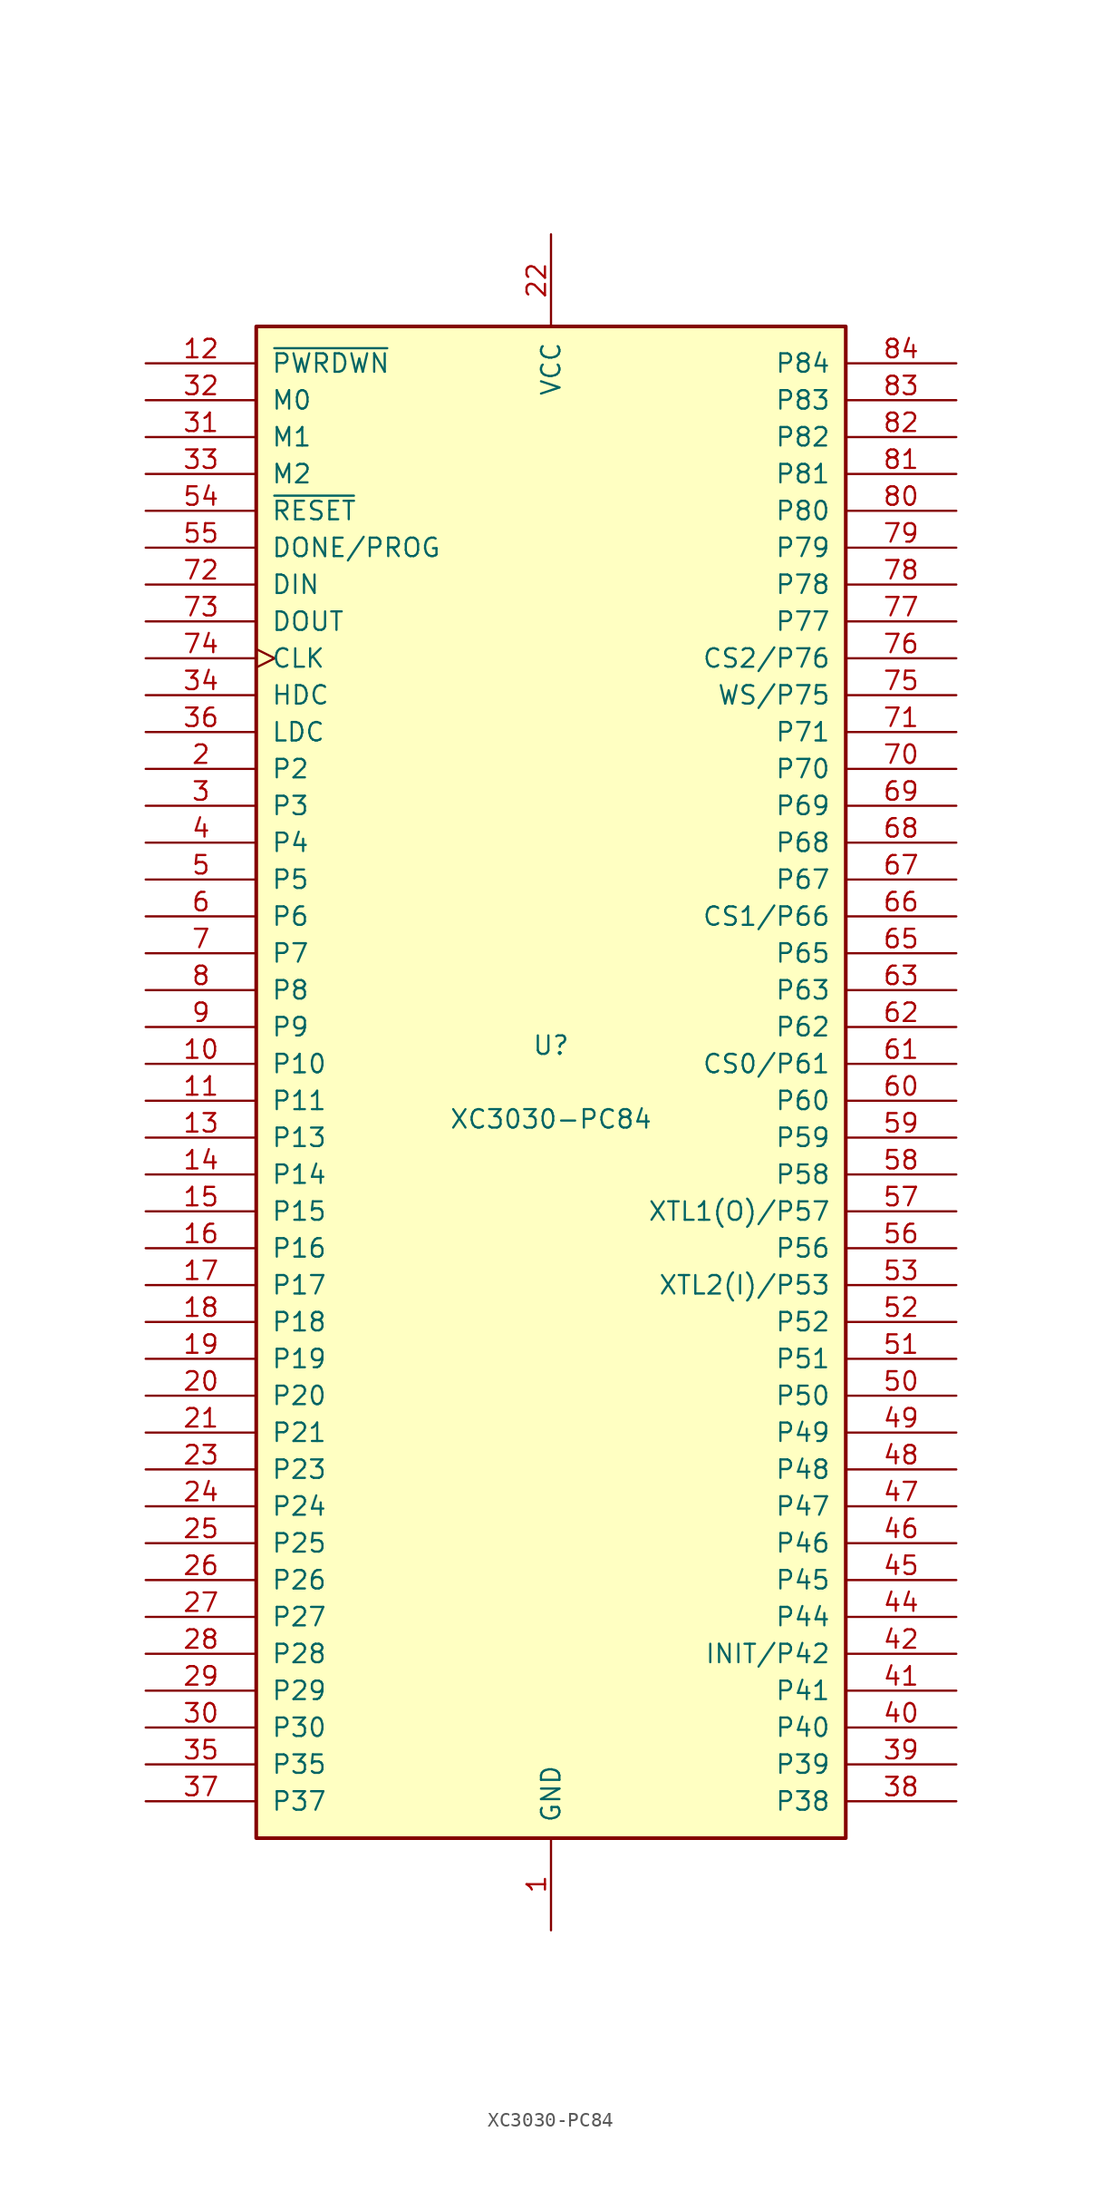
<source format=kicad_sym>
(kicad_symbol_lib
  (version 20220914)
  (generator kicad_symbol_editor)
  (symbol "XC3030-PC84"
    (pin_names
      (offset 1.016))
    (property "Reference" "U"
      (at 0 2.54 0)
      (effects (font (size 1.27 1.27))))
    (property "Value" "XC3030-PC84"
      (at 0 -2.54 0)
      (effects (font (size 1.27 1.27))))
    (symbol "XC3030-PC84_0_1"
      (rectangle (start -20.32 -52.07) (end 20.32 52.07) (stroke (width 0.254) (type default)) (fill (type background))))
    (symbol "XC3030-PC84_1_1"
      (pin power_in line (at 0 -58.42 90) (length 6.35) (name "GND" (effects (font (size 1.27 1.27)))) (number "1" (effects (font (size 1.27 1.27)))))
      (pin passive line (at -27.94 1.27 0) (length 7.62) (name "P10" (effects (font (size 1.27 1.27)))) (number "10" (effects (font (size 1.27 1.27)))))
      (pin passive line (at -27.94 -1.27 0) (length 7.62) (name "P11" (effects (font (size 1.27 1.27)))) (number "11" (effects (font (size 1.27 1.27)))))
      (pin input line (at -27.94 49.53 0) (length 7.62) (name "~{PWRDWN}" (effects (font (size 1.27 1.27)))) (number "12" (effects (font (size 1.27 1.27)))))
      (pin passive line (at -27.94 -3.81 0) (length 7.62) (name "P13" (effects (font (size 1.27 1.27)))) (number "13" (effects (font (size 1.27 1.27)))))
      (pin passive line (at -27.94 -6.35 0) (length 7.62) (name "P14" (effects (font (size 1.27 1.27)))) (number "14" (effects (font (size 1.27 1.27)))))
      (pin passive line (at -27.94 -8.89 0) (length 7.62) (name "P15" (effects (font (size 1.27 1.27)))) (number "15" (effects (font (size 1.27 1.27)))))
      (pin passive line (at -27.94 -11.43 0) (length 7.62) (name "P16" (effects (font (size 1.27 1.27)))) (number "16" (effects (font (size 1.27 1.27)))))
      (pin passive line (at -27.94 -13.97 0) (length 7.62) (name "P17" (effects (font (size 1.27 1.27)))) (number "17" (effects (font (size 1.27 1.27)))))
      (pin passive line (at -27.94 -16.51 0) (length 7.62) (name "P18" (effects (font (size 1.27 1.27)))) (number "18" (effects (font (size 1.27 1.27)))))
      (pin passive line (at -27.94 -19.05 0) (length 7.62) (name "P19" (effects (font (size 1.27 1.27)))) (number "19" (effects (font (size 1.27 1.27)))))
      (pin passive line (at -27.94 21.59 0) (length 7.62) (name "P2" (effects (font (size 1.27 1.27)))) (number "2" (effects (font (size 1.27 1.27)))))
      (pin passive line (at -27.94 -21.59 0) (length 7.62) (name "P20" (effects (font (size 1.27 1.27)))) (number "20" (effects (font (size 1.27 1.27)))))
      (pin passive line (at -27.94 -24.13 0) (length 7.62) (name "P21" (effects (font (size 1.27 1.27)))) (number "21" (effects (font (size 1.27 1.27)))))
      (pin power_in line (at 0 58.42 270) (length 6.35) (name "VCC" (effects (font (size 1.27 1.27)))) (number "22" (effects (font (size 1.27 1.27)))))
      (pin passive line (at -27.94 -26.67 0) (length 7.62) (name "P23" (effects (font (size 1.27 1.27)))) (number "23" (effects (font (size 1.27 1.27)))))
      (pin passive line (at -27.94 -29.21 0) (length 7.62) (name "P24" (effects (font (size 1.27 1.27)))) (number "24" (effects (font (size 1.27 1.27)))))
      (pin passive line (at -27.94 -31.75 0) (length 7.62) (name "P25" (effects (font (size 1.27 1.27)))) (number "25" (effects (font (size 1.27 1.27)))))
      (pin passive line (at -27.94 -34.29 0) (length 7.62) (name "P26" (effects (font (size 1.27 1.27)))) (number "26" (effects (font (size 1.27 1.27)))))
      (pin passive line (at -27.94 -36.83 0) (length 7.62) (name "P27" (effects (font (size 1.27 1.27)))) (number "27" (effects (font (size 1.27 1.27)))))
      (pin passive line (at -27.94 -39.37 0) (length 7.62) (name "P28" (effects (font (size 1.27 1.27)))) (number "28" (effects (font (size 1.27 1.27)))))
      (pin passive line (at -27.94 -41.91 0) (length 7.62) (name "P29" (effects (font (size 1.27 1.27)))) (number "29" (effects (font (size 1.27 1.27)))))
      (pin passive line (at -27.94 19.05 0) (length 7.62) (name "P3" (effects (font (size 1.27 1.27)))) (number "3" (effects (font (size 1.27 1.27)))))
      (pin passive line (at -27.94 -44.45 0) (length 7.62) (name "P30" (effects (font (size 1.27 1.27)))) (number "30" (effects (font (size 1.27 1.27)))))
      (pin input line (at -27.94 44.45 0) (length 7.62) (name "M1" (effects (font (size 1.27 1.27)))) (number "31" (effects (font (size 1.27 1.27)))))
      (pin input line (at -27.94 46.99 0) (length 7.62) (name "M0" (effects (font (size 1.27 1.27)))) (number "32" (effects (font (size 1.27 1.27)))))
      (pin bidirectional line (at -27.94 41.91 0) (length 7.62) (name "M2" (effects (font (size 1.27 1.27)))) (number "33" (effects (font (size 1.27 1.27)))))
      (pin passive line (at -27.94 26.67 0) (length 7.62) (name "HDC" (effects (font (size 1.27 1.27)))) (number "34" (effects (font (size 1.27 1.27)))))
      (pin passive line (at -27.94 -46.99 0) (length 7.62) (name "P35" (effects (font (size 1.27 1.27)))) (number "35" (effects (font (size 1.27 1.27)))))
      (pin passive line (at -27.94 24.13 0) (length 7.62) (name "LDC" (effects (font (size 1.27 1.27)))) (number "36" (effects (font (size 1.27 1.27)))))
      (pin passive line (at -27.94 -49.53 0) (length 7.62) (name "P37" (effects (font (size 1.27 1.27)))) (number "37" (effects (font (size 1.27 1.27)))))
      (pin passive line (at 27.94 -49.53 180) (length 7.62) (name "P38" (effects (font (size 1.27 1.27)))) (number "38" (effects (font (size 1.27 1.27)))))
      (pin passive line (at 27.94 -46.99 180) (length 7.62) (name "P39" (effects (font (size 1.27 1.27)))) (number "39" (effects (font (size 1.27 1.27)))))
      (pin passive line (at -27.94 16.51 0) (length 7.62) (name "P4" (effects (font (size 1.27 1.27)))) (number "4" (effects (font (size 1.27 1.27)))))
      (pin passive line (at 27.94 -44.45 180) (length 7.62) (name "P40" (effects (font (size 1.27 1.27)))) (number "40" (effects (font (size 1.27 1.27)))))
      (pin passive line (at 27.94 -41.91 180) (length 7.62) (name "P41" (effects (font (size 1.27 1.27)))) (number "41" (effects (font (size 1.27 1.27)))))
      (pin passive line (at 27.94 -39.37 180) (length 7.62) (name "INIT/P42" (effects (font (size 1.27 1.27)))) (number "42" (effects (font (size 1.27 1.27)))))
      (pin passive line (at 0 -58.42 90) (length 6.35) hide (name "GND" (effects (font (size 1.27 1.27)))) (number "43" (effects (font (size 1.27 1.27)))))
      (pin passive line (at 27.94 -36.83 180) (length 7.62) (name "P44" (effects (font (size 1.27 1.27)))) (number "44" (effects (font (size 1.27 1.27)))))
      (pin passive line (at 27.94 -34.29 180) (length 7.62) (name "P45" (effects (font (size 1.27 1.27)))) (number "45" (effects (font (size 1.27 1.27)))))
      (pin passive line (at 27.94 -31.75 180) (length 7.62) (name "P46" (effects (font (size 1.27 1.27)))) (number "46" (effects (font (size 1.27 1.27)))))
      (pin passive line (at 27.94 -29.21 180) (length 7.62) (name "P47" (effects (font (size 1.27 1.27)))) (number "47" (effects (font (size 1.27 1.27)))))
      (pin passive line (at 27.94 -26.67 180) (length 7.62) (name "P48" (effects (font (size 1.27 1.27)))) (number "48" (effects (font (size 1.27 1.27)))))
      (pin passive line (at 27.94 -24.13 180) (length 7.62) (name "P49" (effects (font (size 1.27 1.27)))) (number "49" (effects (font (size 1.27 1.27)))))
      (pin passive line (at -27.94 13.97 0) (length 7.62) (name "P5" (effects (font (size 1.27 1.27)))) (number "5" (effects (font (size 1.27 1.27)))))
      (pin passive line (at 27.94 -21.59 180) (length 7.62) (name "P50" (effects (font (size 1.27 1.27)))) (number "50" (effects (font (size 1.27 1.27)))))
      (pin passive line (at 27.94 -19.05 180) (length 7.62) (name "P51" (effects (font (size 1.27 1.27)))) (number "51" (effects (font (size 1.27 1.27)))))
      (pin passive line (at 27.94 -16.51 180) (length 7.62) (name "P52" (effects (font (size 1.27 1.27)))) (number "52" (effects (font (size 1.27 1.27)))))
      (pin passive line (at 27.94 -13.97 180) (length 7.62) (name "XTL2(I)/P53" (effects (font (size 1.27 1.27)))) (number "53" (effects (font (size 1.27 1.27)))))
      (pin input line (at -27.94 39.37 0) (length 7.62) (name "~{RESET}" (effects (font (size 1.27 1.27)))) (number "54" (effects (font (size 1.27 1.27)))))
      (pin bidirectional line (at -27.94 36.83 0) (length 7.62) (name "DONE/PROG" (effects (font (size 1.27 1.27)))) (number "55" (effects (font (size 1.27 1.27)))))
      (pin passive line (at 27.94 -11.43 180) (length 7.62) (name "P56" (effects (font (size 1.27 1.27)))) (number "56" (effects (font (size 1.27 1.27)))))
      (pin passive line (at 27.94 -8.89 180) (length 7.62) (name "XTL1(O)/P57" (effects (font (size 1.27 1.27)))) (number "57" (effects (font (size 1.27 1.27)))))
      (pin passive line (at 27.94 -6.35 180) (length 7.62) (name "P58" (effects (font (size 1.27 1.27)))) (number "58" (effects (font (size 1.27 1.27)))))
      (pin passive line (at 27.94 -3.81 180) (length 7.62) (name "P59" (effects (font (size 1.27 1.27)))) (number "59" (effects (font (size 1.27 1.27)))))
      (pin passive line (at -27.94 11.43 0) (length 7.62) (name "P6" (effects (font (size 1.27 1.27)))) (number "6" (effects (font (size 1.27 1.27)))))
      (pin passive line (at 27.94 -1.27 180) (length 7.62) (name "P60" (effects (font (size 1.27 1.27)))) (number "60" (effects (font (size 1.27 1.27)))))
      (pin passive line (at 27.94 1.27 180) (length 7.62) (name "CS0/P61" (effects (font (size 1.27 1.27)))) (number "61" (effects (font (size 1.27 1.27)))))
      (pin passive line (at 27.94 3.81 180) (length 7.62) (name "P62" (effects (font (size 1.27 1.27)))) (number "62" (effects (font (size 1.27 1.27)))))
      (pin passive line (at 27.94 6.35 180) (length 7.62) (name "P63" (effects (font (size 1.27 1.27)))) (number "63" (effects (font (size 1.27 1.27)))))
      (pin passive line (at 0 58.42 270) (length 6.35) hide (name "VCC" (effects (font (size 1.27 1.27)))) (number "64" (effects (font (size 1.27 1.27)))))
      (pin passive line (at 27.94 8.89 180) (length 7.62) (name "P65" (effects (font (size 1.27 1.27)))) (number "65" (effects (font (size 1.27 1.27)))))
      (pin passive line (at 27.94 11.43 180) (length 7.62) (name "CS1/P66" (effects (font (size 1.27 1.27)))) (number "66" (effects (font (size 1.27 1.27)))))
      (pin passive line (at 27.94 13.97 180) (length 7.62) (name "P67" (effects (font (size 1.27 1.27)))) (number "67" (effects (font (size 1.27 1.27)))))
      (pin passive line (at 27.94 16.51 180) (length 7.62) (name "P68" (effects (font (size 1.27 1.27)))) (number "68" (effects (font (size 1.27 1.27)))))
      (pin passive line (at 27.94 19.05 180) (length 7.62) (name "P69" (effects (font (size 1.27 1.27)))) (number "69" (effects (font (size 1.27 1.27)))))
      (pin passive line (at -27.94 8.89 0) (length 7.62) (name "P7" (effects (font (size 1.27 1.27)))) (number "7" (effects (font (size 1.27 1.27)))))
      (pin passive line (at 27.94 21.59 180) (length 7.62) (name "P70" (effects (font (size 1.27 1.27)))) (number "70" (effects (font (size 1.27 1.27)))))
      (pin passive line (at 27.94 24.13 180) (length 7.62) (name "P71" (effects (font (size 1.27 1.27)))) (number "71" (effects (font (size 1.27 1.27)))))
      (pin input line (at -27.94 34.29 0) (length 7.62) (name "DIN" (effects (font (size 1.27 1.27)))) (number "72" (effects (font (size 1.27 1.27)))))
      (pin passive line (at -27.94 31.75 0) (length 7.62) (name "DOUT" (effects (font (size 1.27 1.27)))) (number "73" (effects (font (size 1.27 1.27)))))
      (pin bidirectional clock (at -27.94 29.21 0) (length 7.62) (name "CLK" (effects (font (size 1.27 1.27)))) (number "74" (effects (font (size 1.27 1.27)))))
      (pin passive line (at 27.94 26.67 180) (length 7.62) (name "WS/P75" (effects (font (size 1.27 1.27)))) (number "75" (effects (font (size 1.27 1.27)))))
      (pin passive line (at 27.94 29.21 180) (length 7.62) (name "CS2/P76" (effects (font (size 1.27 1.27)))) (number "76" (effects (font (size 1.27 1.27)))))
      (pin passive line (at 27.94 31.75 180) (length 7.62) (name "P77" (effects (font (size 1.27 1.27)))) (number "77" (effects (font (size 1.27 1.27)))))
      (pin passive line (at 27.94 34.29 180) (length 7.62) (name "P78" (effects (font (size 1.27 1.27)))) (number "78" (effects (font (size 1.27 1.27)))))
      (pin passive line (at 27.94 36.83 180) (length 7.62) (name "P79" (effects (font (size 1.27 1.27)))) (number "79" (effects (font (size 1.27 1.27)))))
      (pin passive line (at -27.94 6.35 0) (length 7.62) (name "P8" (effects (font (size 1.27 1.27)))) (number "8" (effects (font (size 1.27 1.27)))))
      (pin passive line (at 27.94 39.37 180) (length 7.62) (name "P80" (effects (font (size 1.27 1.27)))) (number "80" (effects (font (size 1.27 1.27)))))
      (pin passive line (at 27.94 41.91 180) (length 7.62) (name "P81" (effects (font (size 1.27 1.27)))) (number "81" (effects (font (size 1.27 1.27)))))
      (pin passive line (at 27.94 44.45 180) (length 7.62) (name "P82" (effects (font (size 1.27 1.27)))) (number "82" (effects (font (size 1.27 1.27)))))
      (pin passive line (at 27.94 46.99 180) (length 7.62) (name "P83" (effects (font (size 1.27 1.27)))) (number "83" (effects (font (size 1.27 1.27)))))
      (pin passive line (at 27.94 49.53 180) (length 7.62) (name "P84" (effects (font (size 1.27 1.27)))) (number "84" (effects (font (size 1.27 1.27)))))
      (pin passive line (at -27.94 3.81 0) (length 7.62) (name "P9" (effects (font (size 1.27 1.27)))) (number "9" (effects (font (size 1.27 1.27))))))))
</source>
